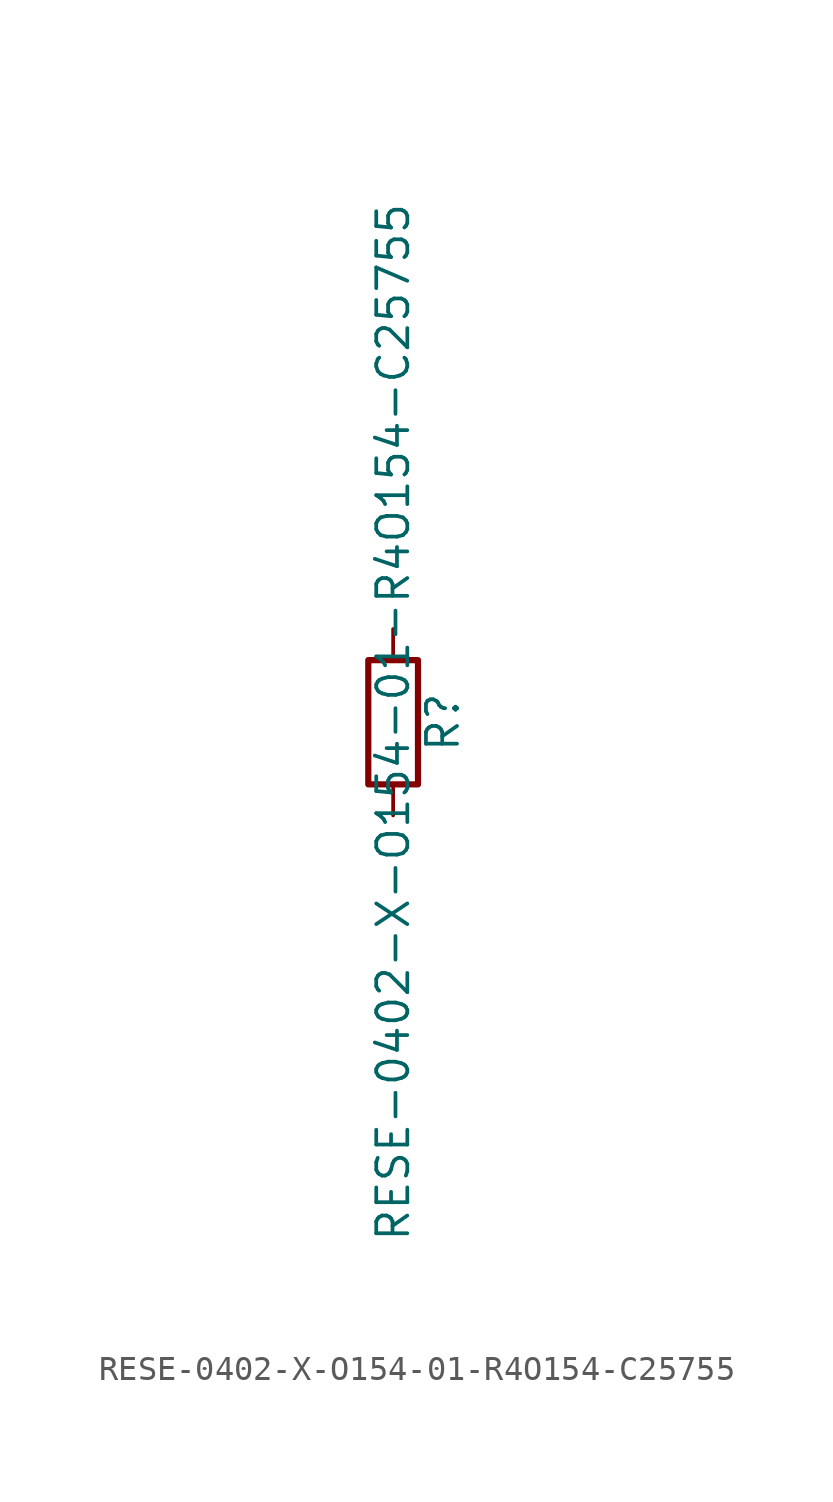
<source format=kicad_sym>
(kicad_symbol_lib
  (version 20211014)
  (generator kicad_symbol_editor)
  (symbol "RESE-0402-X-O154-01-R4O154-C25755"
    (pin_numbers hide)
    (pin_names
      (offset 0))
    (property "Reference" "R"
      (at 2.032 0 90)
      (effects (font (size 1.27 1.27))))
    (property "Value" "RESE-0402-X-O154-01-R4O154-C25755"
      (at 0 0 90)
      (effects (font (size 1.27 1.27))))
    (symbol "RESE-0402-X-O154-01-R4O154-C25755_0_1"
      (rectangle (start -1.016 -2.54) (end 1.016 2.54) (stroke (width 0.254) (type default) (color 0 0 0 0)) (fill (type none))))
    (symbol "RESE-0402-X-O154-01-R4O154-C25755_1_1"
      (pin passive line (at 0 3.81 270) (length 1.27) (name "~" (effects (font (size 1.27 1.27)))) (number "1" (effects (font (size 1.27 1.27)))))
      (pin passive line (at 0 -3.81 90) (length 1.27) (name "~" (effects (font (size 1.27 1.27)))) (number "2" (effects (font (size 1.27 1.27))))))))
</source>
